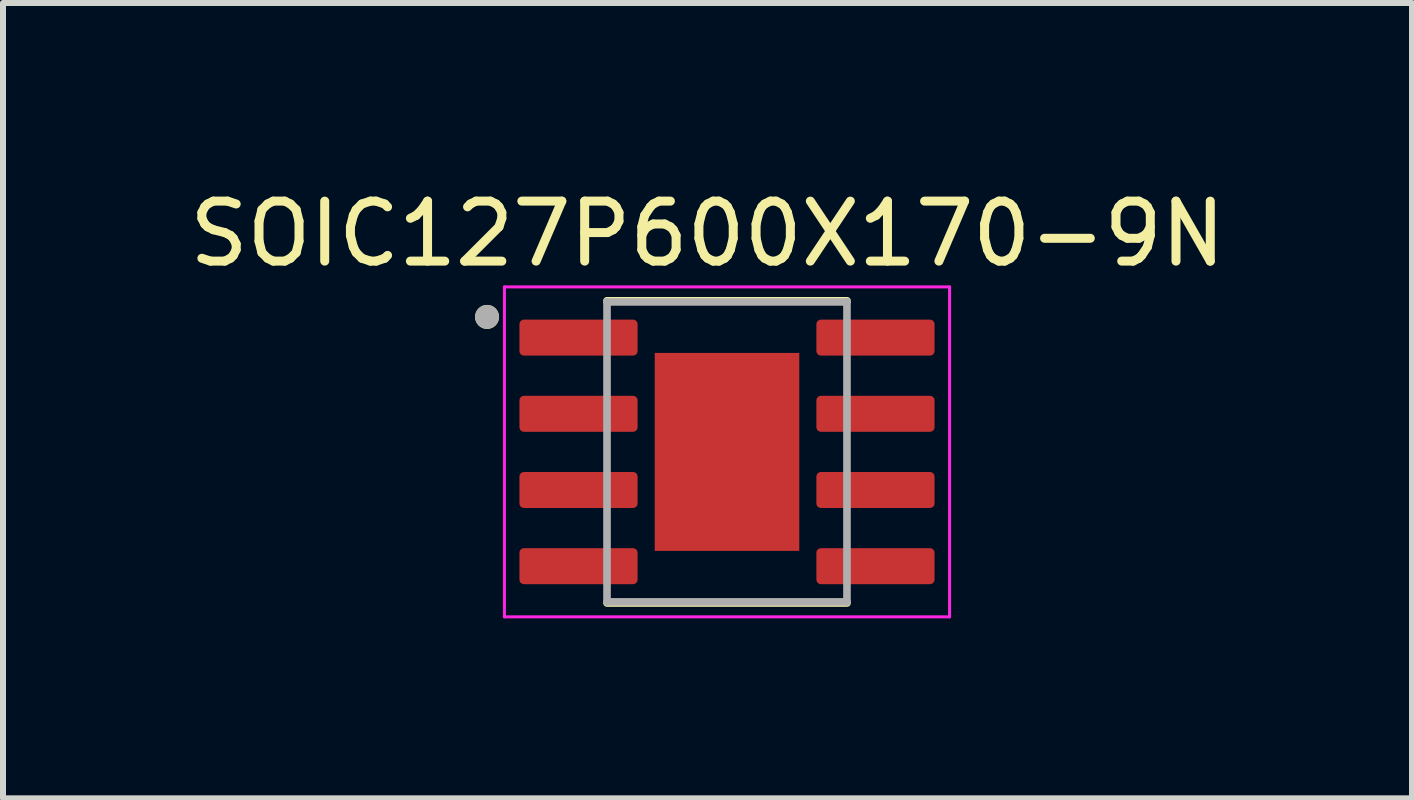
<source format=kicad_pcb>
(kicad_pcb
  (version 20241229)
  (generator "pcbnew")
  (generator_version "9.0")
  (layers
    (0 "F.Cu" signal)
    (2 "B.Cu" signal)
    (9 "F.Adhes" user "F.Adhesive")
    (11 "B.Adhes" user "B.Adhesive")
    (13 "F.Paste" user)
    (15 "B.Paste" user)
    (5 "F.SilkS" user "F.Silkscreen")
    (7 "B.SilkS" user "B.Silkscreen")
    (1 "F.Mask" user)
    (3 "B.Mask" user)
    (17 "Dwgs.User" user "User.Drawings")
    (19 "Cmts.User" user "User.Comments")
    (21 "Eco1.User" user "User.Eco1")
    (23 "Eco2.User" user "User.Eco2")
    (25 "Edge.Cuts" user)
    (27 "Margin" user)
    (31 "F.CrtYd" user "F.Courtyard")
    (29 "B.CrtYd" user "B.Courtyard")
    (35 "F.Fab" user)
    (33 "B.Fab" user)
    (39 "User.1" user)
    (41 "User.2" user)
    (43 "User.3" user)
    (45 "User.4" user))
  (footprint "SOIC127P600X170-9N"
    (layer "F.Cu")
    (at 9.069 4.483)
    (property "Reference" "SOIC127P600X170-9N" (at -0.325 -3.635 0) (layer "F.SilkS") (effects (font (size 1 1) (thickness 0.15))))
    (attr smd)
    (fp_line (start -2 -2.519) (end 2 -2.519) (stroke (width 0.127) (type solid)) (layer "F.SilkS"))
    (fp_line (start -2 2.519) (end 2 2.519) (stroke (width 0.127) (type solid)) (layer "F.SilkS"))
    (fp_circle (center -4 -2.25) (end -3.9 -2.25) (stroke (width 0.2) (type solid)) (fill no) (layer "F.SilkS"))
    (fp_poly (pts (xy -0.675 -1.08) (xy 0.675 -1.08) (xy 0.675 1.08) (xy -0.675 1.08)) (stroke (width 0.01) (type solid)) (fill yes) (layer "F.Paste"))
    (fp_line (start -3.71 -2.75) (end -3.71 2.75) (stroke (width 0.05) (type solid)) (layer "F.CrtYd"))
    (fp_line (start -3.71 -2.75) (end 3.71 -2.75) (stroke (width 0.05) (type solid)) (layer "F.CrtYd"))
    (fp_line (start -3.71 2.75) (end 3.71 2.75) (stroke (width 0.05) (type solid)) (layer "F.CrtYd"))
    (fp_line (start 3.71 -2.75) (end 3.71 2.75) (stroke (width 0.05) (type solid)) (layer "F.CrtYd"))
    (fp_line (start -2 -2.5) (end -2 2.5) (stroke (width 0.127) (type solid)) (layer "F.Fab"))
    (fp_line (start -2 -2.5) (end 2 -2.5) (stroke (width 0.127) (type solid)) (layer "F.Fab"))
    (fp_line (start -2 2.5) (end 2 2.5) (stroke (width 0.127) (type solid)) (layer "F.Fab"))
    (fp_line (start 2 -2.5) (end 2 2.5) (stroke (width 0.127) (type solid)) (layer "F.Fab"))
    (fp_circle (center -4 -2.25) (end -3.9 -2.25) (stroke (width 0.2) (type solid)) (fill no) (layer "F.Fab"))
    (pad "1" smd roundrect (at -2.475 -1.905) (size 1.97 0.6) (layers "F.Cu" "F.Mask" "F.Paste") (roundrect_rratio 0.125))
    (pad "2" smd roundrect (at -2.475 -0.635) (size 1.97 0.6) (layers "F.Cu" "F.Mask" "F.Paste") (roundrect_rratio 0.125))
    (pad "3" smd roundrect (at -2.475 0.635) (size 1.97 0.6) (layers "F.Cu" "F.Mask" "F.Paste") (roundrect_rratio 0.125))
    (pad "4" smd roundrect (at -2.475 1.905) (size 1.97 0.6) (layers "F.Cu" "F.Mask" "F.Paste") (roundrect_rratio 0.125))
    (pad "5" smd roundrect (at 2.475 1.905) (size 1.97 0.6) (layers "F.Cu" "F.Mask" "F.Paste") (roundrect_rratio 0.125))
    (pad "6" smd roundrect (at 2.475 0.635) (size 1.97 0.6) (layers "F.Cu" "F.Mask" "F.Paste") (roundrect_rratio 0.125))
    (pad "7" smd roundrect (at 2.475 -0.635) (size 1.97 0.6) (layers "F.Cu" "F.Mask" "F.Paste") (roundrect_rratio 0.125))
    (pad "8" smd roundrect (at 2.475 -1.905) (size 1.97 0.6) (layers "F.Cu" "F.Mask" "F.Paste") (roundrect_rratio 0.125))
    (pad "9" smd rect (at 0 0) (size 2.41 3.3) (layers "F.Cu" "F.Mask")))
  (gr_rect
    (start -3 -3)
    (end 20.488 10.258)
    (stroke (width 0.1) (type default))
    (fill no)
    (layer "Edge.Cuts")))
</source>
